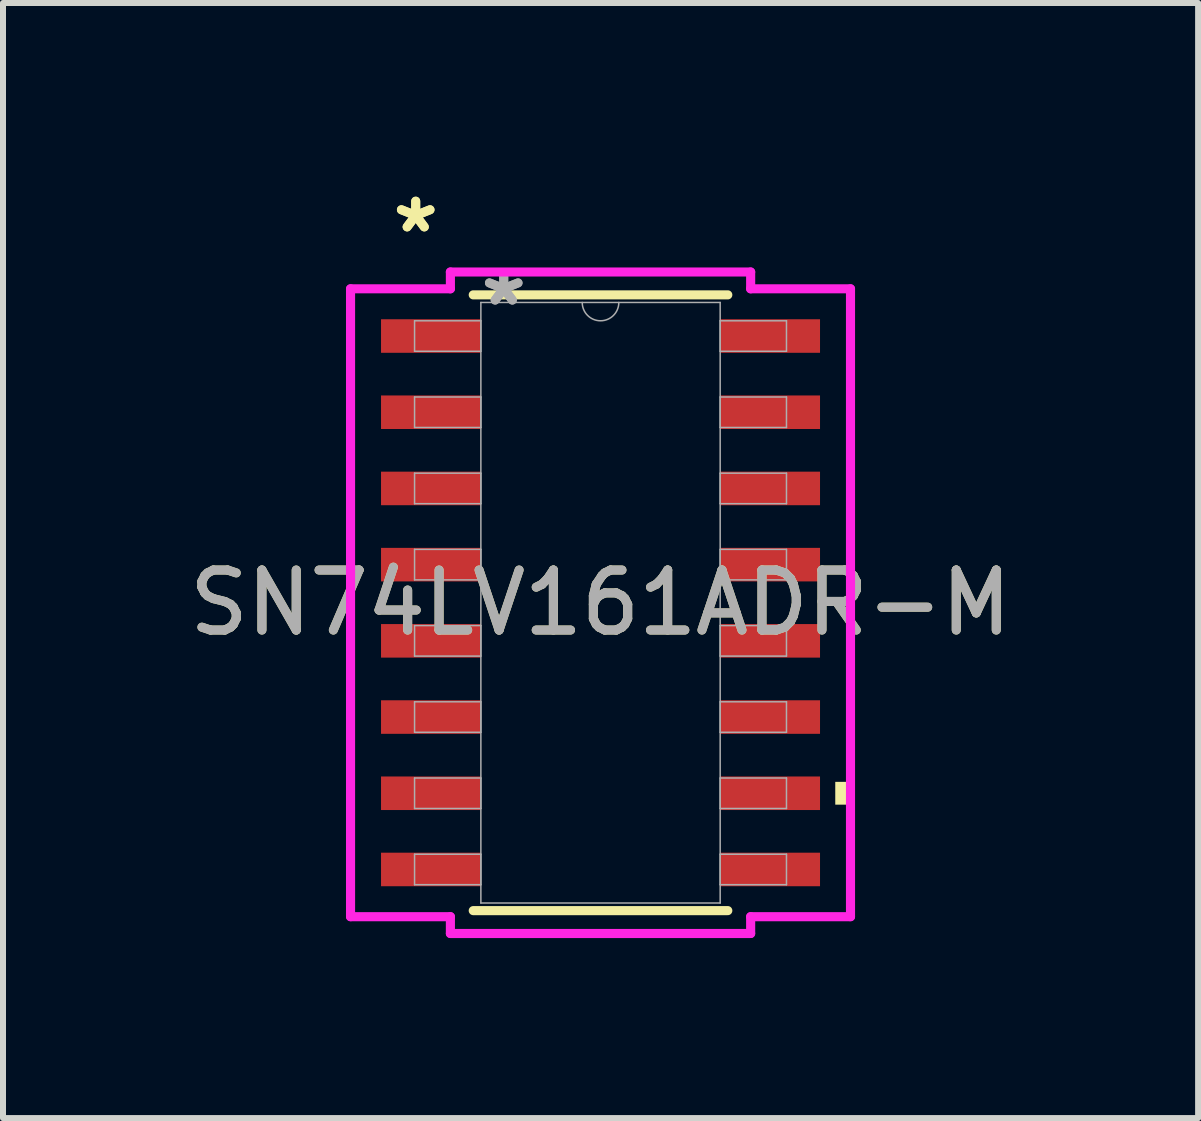
<source format=kicad_pcb>
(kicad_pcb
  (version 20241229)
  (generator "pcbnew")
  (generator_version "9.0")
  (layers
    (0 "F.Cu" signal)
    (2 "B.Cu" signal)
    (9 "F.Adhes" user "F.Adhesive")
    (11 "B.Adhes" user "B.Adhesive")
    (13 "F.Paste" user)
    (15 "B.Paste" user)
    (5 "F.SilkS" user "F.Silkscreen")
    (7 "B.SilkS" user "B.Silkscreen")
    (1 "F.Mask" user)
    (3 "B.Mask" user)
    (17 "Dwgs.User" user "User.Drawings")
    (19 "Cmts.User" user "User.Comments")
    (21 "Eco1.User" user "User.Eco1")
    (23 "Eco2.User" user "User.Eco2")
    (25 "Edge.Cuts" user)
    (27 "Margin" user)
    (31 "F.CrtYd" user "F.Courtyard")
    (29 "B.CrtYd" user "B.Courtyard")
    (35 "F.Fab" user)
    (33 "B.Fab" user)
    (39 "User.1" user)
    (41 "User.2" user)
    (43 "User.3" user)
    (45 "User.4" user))
  (footprint "SN74LV161ADR-M"
    (layer "F.Cu")
    (at 6.958 6.995)
    (property "Reference" "SN74LV161ADR-M" (at 0 0 0) (unlocked yes) (layer "F.SilkS") (effects (font (size 1 1) (thickness 0.15))))
    (attr smd)
    (fp_line (start -2.121 5.131) (end 2.121 5.131) (stroke (width 0.152) (type solid)) (layer "F.SilkS"))
    (fp_line (start 2.121 -5.131) (end -2.121 -5.131) (stroke (width 0.152) (type solid)) (layer "F.SilkS"))
    (fp_poly (pts (xy 4.166 2.985) (xy 4.166 3.365) (xy 3.912 3.365) (xy 3.912 2.985)) (stroke (width 0) (type solid)) (fill yes) (layer "F.SilkS"))
    (fp_line (start -4.166 -5.232) (end -2.502 -5.232) (stroke (width 0.152) (type solid)) (layer "F.CrtYd"))
    (fp_line (start -4.166 5.232) (end -4.166 -5.232) (stroke (width 0.152) (type solid)) (layer "F.CrtYd"))
    (fp_line (start -4.166 5.232) (end -2.502 5.232) (stroke (width 0.152) (type solid)) (layer "F.CrtYd"))
    (fp_line (start -2.502 -5.512) (end 2.502 -5.512) (stroke (width 0.152) (type solid)) (layer "F.CrtYd"))
    (fp_line (start -2.502 -5.232) (end -2.502 -5.512) (stroke (width 0.152) (type solid)) (layer "F.CrtYd"))
    (fp_line (start -2.502 5.512) (end -2.502 5.232) (stroke (width 0.152) (type solid)) (layer "F.CrtYd"))
    (fp_line (start 2.502 -5.512) (end 2.502 -5.232) (stroke (width 0.152) (type solid)) (layer "F.CrtYd"))
    (fp_line (start 2.502 5.232) (end 2.502 5.512) (stroke (width 0.152) (type solid)) (layer "F.CrtYd"))
    (fp_line (start 2.502 5.512) (end -2.502 5.512) (stroke (width 0.152) (type solid)) (layer "F.CrtYd"))
    (fp_line (start 4.166 -5.232) (end 2.502 -5.232) (stroke (width 0.152) (type solid)) (layer "F.CrtYd"))
    (fp_line (start 4.166 -5.232) (end 4.166 5.232) (stroke (width 0.152) (type solid)) (layer "F.CrtYd"))
    (fp_line (start 4.166 5.232) (end 2.502 5.232) (stroke (width 0.152) (type solid)) (layer "F.CrtYd"))
    (fp_line (start -3.099 -4.699) (end -3.099 -4.191) (stroke (width 0.025) (type solid)) (layer "F.Fab"))
    (fp_line (start -3.099 -4.191) (end -1.994 -4.191) (stroke (width 0.025) (type solid)) (layer "F.Fab"))
    (fp_line (start -3.099 -3.429) (end -3.099 -2.921) (stroke (width 0.025) (type solid)) (layer "F.Fab"))
    (fp_line (start -3.099 -2.921) (end -1.994 -2.921) (stroke (width 0.025) (type solid)) (layer "F.Fab"))
    (fp_line (start -3.099 -2.159) (end -3.099 -1.651) (stroke (width 0.025) (type solid)) (layer "F.Fab"))
    (fp_line (start -3.099 -1.651) (end -1.994 -1.651) (stroke (width 0.025) (type solid)) (layer "F.Fab"))
    (fp_line (start -3.099 -0.889) (end -3.099 -0.381) (stroke (width 0.025) (type solid)) (layer "F.Fab"))
    (fp_line (start -3.099 -0.381) (end -1.994 -0.381) (stroke (width 0.025) (type solid)) (layer "F.Fab"))
    (fp_line (start -3.099 0.381) (end -3.099 0.889) (stroke (width 0.025) (type solid)) (layer "F.Fab"))
    (fp_line (start -3.099 0.889) (end -1.994 0.889) (stroke (width 0.025) (type solid)) (layer "F.Fab"))
    (fp_line (start -3.099 1.651) (end -3.099 2.159) (stroke (width 0.025) (type solid)) (layer "F.Fab"))
    (fp_line (start -3.099 2.159) (end -1.994 2.159) (stroke (width 0.025) (type solid)) (layer "F.Fab"))
    (fp_line (start -3.099 2.921) (end -3.099 3.429) (stroke (width 0.025) (type solid)) (layer "F.Fab"))
    (fp_line (start -3.099 3.429) (end -1.994 3.429) (stroke (width 0.025) (type solid)) (layer "F.Fab"))
    (fp_line (start -3.099 4.191) (end -3.099 4.699) (stroke (width 0.025) (type solid)) (layer "F.Fab"))
    (fp_line (start -3.099 4.699) (end -1.994 4.699) (stroke (width 0.025) (type solid)) (layer "F.Fab"))
    (fp_line (start -1.994 -5.004) (end -1.994 5.004) (stroke (width 0.025) (type solid)) (layer "F.Fab"))
    (fp_line (start -1.994 -4.699) (end -3.099 -4.699) (stroke (width 0.025) (type solid)) (layer "F.Fab"))
    (fp_line (start -1.994 -4.191) (end -1.994 -4.699) (stroke (width 0.025) (type solid)) (layer "F.Fab"))
    (fp_line (start -1.994 -3.429) (end -3.099 -3.429) (stroke (width 0.025) (type solid)) (layer "F.Fab"))
    (fp_line (start -1.994 -2.921) (end -1.994 -3.429) (stroke (width 0.025) (type solid)) (layer "F.Fab"))
    (fp_line (start -1.994 -2.159) (end -3.099 -2.159) (stroke (width 0.025) (type solid)) (layer "F.Fab"))
    (fp_line (start -1.994 -1.651) (end -1.994 -2.159) (stroke (width 0.025) (type solid)) (layer "F.Fab"))
    (fp_line (start -1.994 -0.889) (end -3.099 -0.889) (stroke (width 0.025) (type solid)) (layer "F.Fab"))
    (fp_line (start -1.994 -0.381) (end -1.994 -0.889) (stroke (width 0.025) (type solid)) (layer "F.Fab"))
    (fp_line (start -1.994 0.381) (end -3.099 0.381) (stroke (width 0.025) (type solid)) (layer "F.Fab"))
    (fp_line (start -1.994 0.889) (end -1.994 0.381) (stroke (width 0.025) (type solid)) (layer "F.Fab"))
    (fp_line (start -1.994 1.651) (end -3.099 1.651) (stroke (width 0.025) (type solid)) (layer "F.Fab"))
    (fp_line (start -1.994 2.159) (end -1.994 1.651) (stroke (width 0.025) (type solid)) (layer "F.Fab"))
    (fp_line (start -1.994 2.921) (end -3.099 2.921) (stroke (width 0.025) (type solid)) (layer "F.Fab"))
    (fp_line (start -1.994 3.429) (end -1.994 2.921) (stroke (width 0.025) (type solid)) (layer "F.Fab"))
    (fp_line (start -1.994 4.191) (end -3.099 4.191) (stroke (width 0.025) (type solid)) (layer "F.Fab"))
    (fp_line (start -1.994 4.699) (end -1.994 4.191) (stroke (width 0.025) (type solid)) (layer "F.Fab"))
    (fp_line (start -1.994 5.004) (end 1.994 5.004) (stroke (width 0.025) (type solid)) (layer "F.Fab"))
    (fp_line (start 1.994 -5.004) (end -1.994 -5.004) (stroke (width 0.025) (type solid)) (layer "F.Fab"))
    (fp_line (start 1.994 -4.699) (end 1.994 -4.191) (stroke (width 0.025) (type solid)) (layer "F.Fab"))
    (fp_line (start 1.994 -4.191) (end 3.099 -4.191) (stroke (width 0.025) (type solid)) (layer "F.Fab"))
    (fp_line (start 1.994 -3.429) (end 1.994 -2.921) (stroke (width 0.025) (type solid)) (layer "F.Fab"))
    (fp_line (start 1.994 -2.921) (end 3.099 -2.921) (stroke (width 0.025) (type solid)) (layer "F.Fab"))
    (fp_line (start 1.994 -2.159) (end 1.994 -1.651) (stroke (width 0.025) (type solid)) (layer "F.Fab"))
    (fp_line (start 1.994 -1.651) (end 3.099 -1.651) (stroke (width 0.025) (type solid)) (layer "F.Fab"))
    (fp_line (start 1.994 -0.889) (end 1.994 -0.381) (stroke (width 0.025) (type solid)) (layer "F.Fab"))
    (fp_line (start 1.994 -0.381) (end 3.099 -0.381) (stroke (width 0.025) (type solid)) (layer "F.Fab"))
    (fp_line (start 1.994 0.381) (end 1.994 0.889) (stroke (width 0.025) (type solid)) (layer "F.Fab"))
    (fp_line (start 1.994 0.889) (end 3.099 0.889) (stroke (width 0.025) (type solid)) (layer "F.Fab"))
    (fp_line (start 1.994 1.651) (end 1.994 2.159) (stroke (width 0.025) (type solid)) (layer "F.Fab"))
    (fp_line (start 1.994 2.159) (end 3.099 2.159) (stroke (width 0.025) (type solid)) (layer "F.Fab"))
    (fp_line (start 1.994 2.921) (end 1.994 3.429) (stroke (width 0.025) (type solid)) (layer "F.Fab"))
    (fp_line (start 1.994 3.429) (end 3.099 3.429) (stroke (width 0.025) (type solid)) (layer "F.Fab"))
    (fp_line (start 1.994 4.191) (end 1.994 4.699) (stroke (width 0.025) (type solid)) (layer "F.Fab"))
    (fp_line (start 1.994 4.699) (end 3.099 4.699) (stroke (width 0.025) (type solid)) (layer "F.Fab"))
    (fp_line (start 1.994 5.004) (end 1.994 -5.004) (stroke (width 0.025) (type solid)) (layer "F.Fab"))
    (fp_line (start 3.099 -4.699) (end 1.994 -4.699) (stroke (width 0.025) (type solid)) (layer "F.Fab"))
    (fp_line (start 3.099 -4.191) (end 3.099 -4.699) (stroke (width 0.025) (type solid)) (layer "F.Fab"))
    (fp_line (start 3.099 -3.429) (end 1.994 -3.429) (stroke (width 0.025) (type solid)) (layer "F.Fab"))
    (fp_line (start 3.099 -2.921) (end 3.099 -3.429) (stroke (width 0.025) (type solid)) (layer "F.Fab"))
    (fp_line (start 3.099 -2.159) (end 1.994 -2.159) (stroke (width 0.025) (type solid)) (layer "F.Fab"))
    (fp_line (start 3.099 -1.651) (end 3.099 -2.159) (stroke (width 0.025) (type solid)) (layer "F.Fab"))
    (fp_line (start 3.099 -0.889) (end 1.994 -0.889) (stroke (width 0.025) (type solid)) (layer "F.Fab"))
    (fp_line (start 3.099 -0.381) (end 3.099 -0.889) (stroke (width 0.025) (type solid)) (layer "F.Fab"))
    (fp_line (start 3.099 0.381) (end 1.994 0.381) (stroke (width 0.025) (type solid)) (layer "F.Fab"))
    (fp_line (start 3.099 0.889) (end 3.099 0.381) (stroke (width 0.025) (type solid)) (layer "F.Fab"))
    (fp_line (start 3.099 1.651) (end 1.994 1.651) (stroke (width 0.025) (type solid)) (layer "F.Fab"))
    (fp_line (start 3.099 2.159) (end 3.099 1.651) (stroke (width 0.025) (type solid)) (layer "F.Fab"))
    (fp_line (start 3.099 2.921) (end 1.994 2.921) (stroke (width 0.025) (type solid)) (layer "F.Fab"))
    (fp_line (start 3.099 3.429) (end 3.099 2.921) (stroke (width 0.025) (type solid)) (layer "F.Fab"))
    (fp_line (start 3.099 4.191) (end 1.994 4.191) (stroke (width 0.025) (type solid)) (layer "F.Fab"))
    (fp_line (start 3.099 4.699) (end 3.099 4.191) (stroke (width 0.025) (type solid)) (layer "F.Fab"))
    (fp_arc (start 0.3048 -5.0038) (mid 0 -4.699) (end -0.3048 -5.0038) (stroke (width 0.0254) (type solid)) (layer "F.Fab"))
    (fp_text user "*" (at -3.08 -6.147 0) (layer "F.SilkS") (effects (font (size 1 1) (thickness 0.15))))
    (fp_text user "*" (at -3.08 -6.147 0) (unlocked yes) (layer "F.SilkS") (effects (font (size 1 1) (thickness 0.15))))
    (fp_text user "${REFERENCE}" (at 0 0 0) (unlocked yes) (layer "F.Fab") (effects (font (size 1 1) (thickness 0.15))))
    (fp_text user "*" (at -1.613 -4.928 0) (unlocked yes) (layer "F.Fab") (effects (font (size 1 1) (thickness 0.15))))
    (fp_text user "*" (at -1.613 -4.928 0) (layer "F.Fab") (effects (font (size 1 1) (thickness 0.15))))
    (pad "1" smd rect (at -2.826 -4.445) (size 1.664 0.559) (layers "F.Cu" "F.Mask" "F.Paste"))
    (pad "2" smd rect (at -2.826 -3.175) (size 1.664 0.559) (layers "F.Cu" "F.Mask" "F.Paste"))
    (pad "3" smd rect (at -2.826 -1.905) (size 1.664 0.559) (layers "F.Cu" "F.Mask" "F.Paste"))
    (pad "4" smd rect (at -2.826 -0.635) (size 1.664 0.559) (layers "F.Cu" "F.Mask" "F.Paste"))
    (pad "5" smd rect (at -2.826 0.635) (size 1.664 0.559) (layers "F.Cu" "F.Mask" "F.Paste"))
    (pad "6" smd rect (at -2.826 1.905) (size 1.664 0.559) (layers "F.Cu" "F.Mask" "F.Paste"))
    (pad "7" smd rect (at -2.826 3.175) (size 1.664 0.559) (layers "F.Cu" "F.Mask" "F.Paste"))
    (pad "8" smd rect (at -2.826 4.445) (size 1.664 0.559) (layers "F.Cu" "F.Mask" "F.Paste"))
    (pad "9" smd rect (at 2.826 4.445) (size 1.664 0.559) (layers "F.Cu" "F.Mask" "F.Paste"))
    (pad "10" smd rect (at 2.826 3.175) (size 1.664 0.559) (layers "F.Cu" "F.Mask" "F.Paste"))
    (pad "11" smd rect (at 2.826 1.905) (size 1.664 0.559) (layers "F.Cu" "F.Mask" "F.Paste"))
    (pad "12" smd rect (at 2.826 0.635) (size 1.664 0.559) (layers "F.Cu" "F.Mask" "F.Paste"))
    (pad "13" smd rect (at 2.826 -0.635) (size 1.664 0.559) (layers "F.Cu" "F.Mask" "F.Paste"))
    (pad "14" smd rect (at 2.826 -1.905) (size 1.664 0.559) (layers "F.Cu" "F.Mask" "F.Paste"))
    (pad "15" smd rect (at 2.826 -3.175) (size 1.664 0.559) (layers "F.Cu" "F.Mask" "F.Paste"))
    (pad "16" smd rect (at 2.826 -4.445) (size 1.664 0.559) (layers "F.Cu" "F.Mask" "F.Paste")))
  (gr_rect
    (start -3 -3)
    (end 16.917 15.583)
    (stroke (width 0.1) (type default))
    (fill no)
    (layer "Edge.Cuts")))
</source>
